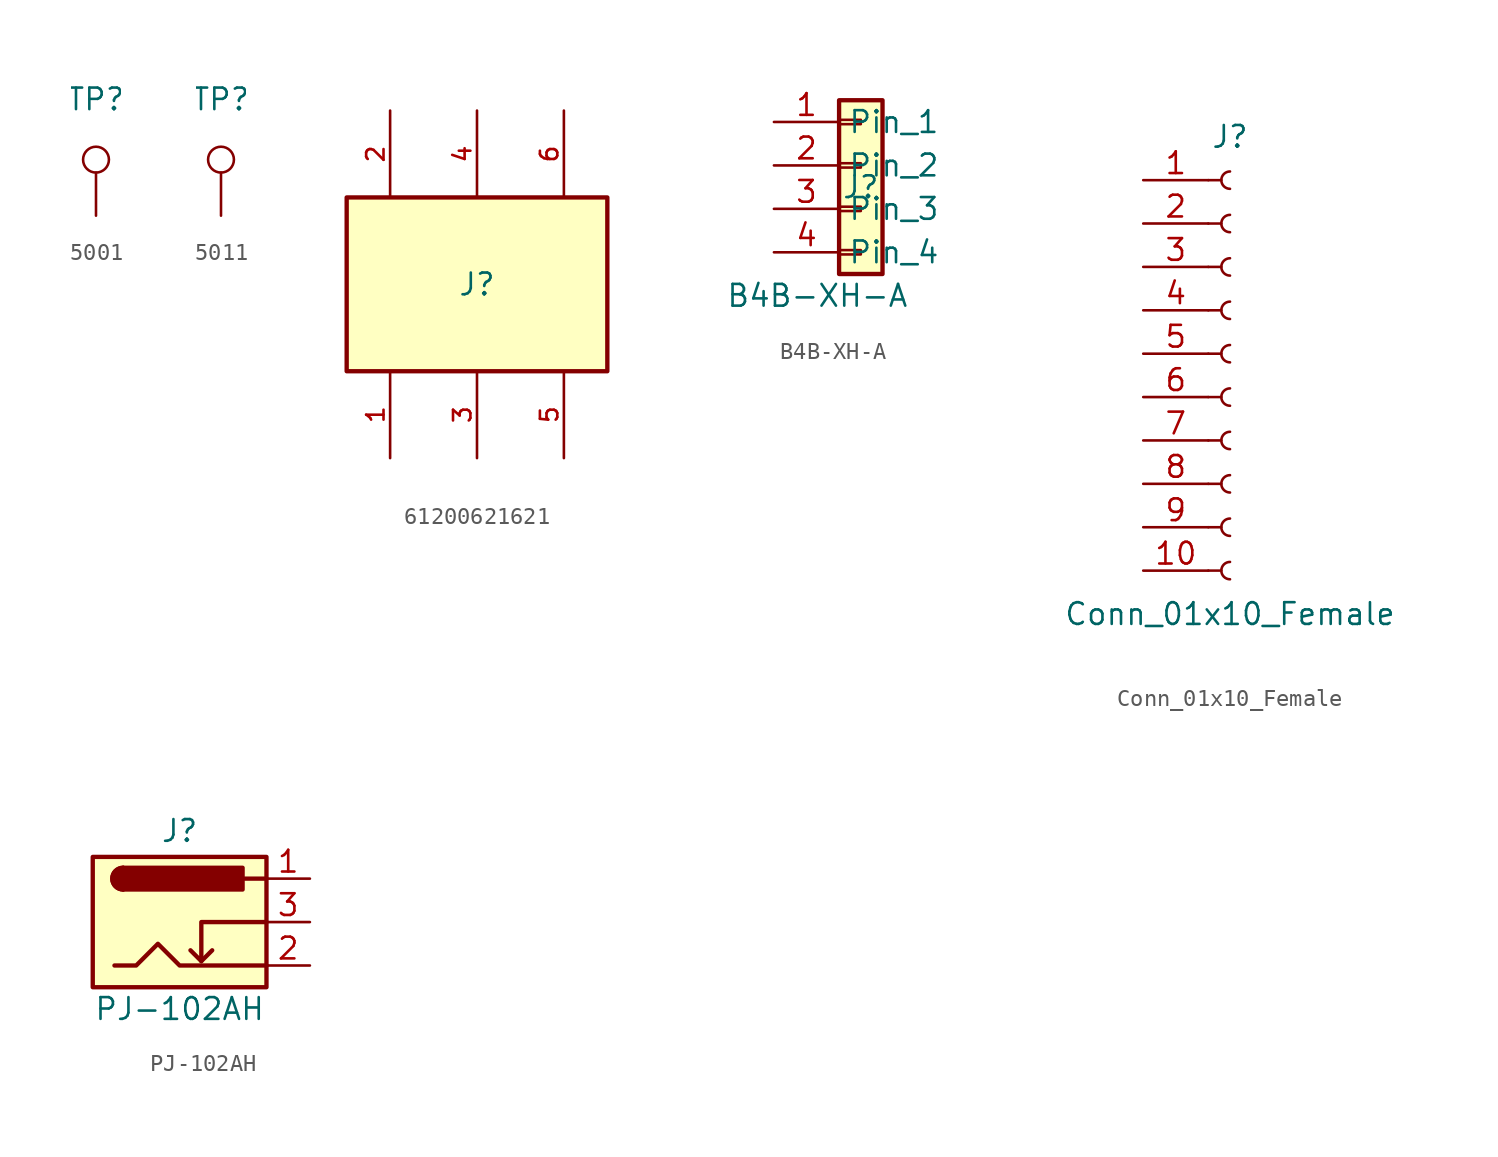
<source format=kicad_sym>
(kicad_symbol_lib
  (version 20231120)
  (generator "kicad_symbol_editor")
  (generator_version "8.0")
  (symbol "5001"
    (pin_numbers hide)
    (pin_names
      (offset 0.762) hide)
    (property "Reference" "TP"
      (at 0 6.858 0)
      (effects (font (size 1.27 1.27))))
    (symbol "5001_0_1"
      (circle (center 0 3.302) (radius 0.762) (stroke (width 0) (type default)) (fill (type none))))
    (symbol "5001_1_1"
      (pin passive line (at 0 0 90) (length 2.54) (name "1" (effects (font (size 1.27 1.27)))) (number "1" (effects (font (size 1.27 1.27)))))))
  (symbol "5011"
    (pin_numbers hide)
    (pin_names
      (offset 0.762) hide)
    (property "Reference" "TP"
      (at 0 6.858 0)
      (effects (font (size 1.27 1.27))))
    (symbol "5011_0_1"
      (circle (center 0 3.302) (radius 0.762) (stroke (width 0) (type default)) (fill (type none))))
    (symbol "5011_1_1"
      (pin passive line (at 0 0 90) (length 2.54) (name "1" (effects (font (size 1.27 1.27)))) (number "1" (effects (font (size 1.27 1.27)))))))
  (symbol "61200621621"
    (property "Reference" "J"
      (at 0 0 0)
      (effects (font (size 1.27 1.27))))
    (symbol "61200621621_0_0"
      (rectangle (start -7.62 5.08) (end 7.62 -5.08) (stroke (width 0.254) (type default)) (fill (type background)))
      (pin passive line (at -5.08 -10.16 90) (length 5.08) (name "~" (effects (font (size 1.016 1.016)))) (number "1" (effects (font (size 1.016 1.016)))))
      (pin passive line (at -5.08 10.16 270) (length 5.08) (name "~" (effects (font (size 1.016 1.016)))) (number "2" (effects (font (size 1.016 1.016)))))
      (pin passive line (at 0 -10.16 90) (length 5.08) (name "~" (effects (font (size 1.016 1.016)))) (number "3" (effects (font (size 1.016 1.016)))))
      (pin passive line (at 0 10.16 270) (length 5.08) (name "~" (effects (font (size 1.016 1.016)))) (number "4" (effects (font (size 1.016 1.016)))))
      (pin passive line (at 5.08 -10.16 90) (length 5.08) (name "~" (effects (font (size 1.016 1.016)))) (number "5" (effects (font (size 1.016 1.016)))))
      (pin passive line (at 5.08 10.16 270) (length 5.08) (name "~" (effects (font (size 1.016 1.016)))) (number "6" (effects (font (size 1.016 1.016)))))))
  (symbol "B4B-XH-A"
    (property "Reference" "J"
      (at 0 0 0)
      (effects (font (size 1.27 1.27))))
    (property "Value" "B4B-XH-A"
      (at -2.54 -6.35 0)
      (effects (font (size 1.27 1.27))))
    (symbol "B4B-XH-A_1_1"
      (rectangle (start -1.27 -3.683) (end 0 -3.937) (stroke (width 0.152) (type default)) (fill (type none)))
      (rectangle (start -1.27 -1.143) (end 0 -1.397) (stroke (width 0.152) (type default)) (fill (type none)))
      (rectangle (start -1.27 1.397) (end 0 1.143) (stroke (width 0.152) (type default)) (fill (type none)))
      (rectangle (start -1.27 3.937) (end 0 3.683) (stroke (width 0.152) (type default)) (fill (type none)))
      (rectangle (start -1.27 5.08) (end 1.27 -5.08) (stroke (width 0.254) (type default)) (fill (type background)))
      (pin passive line (at -5.08 3.81 0) (length 3.81) (name "Pin_1" (effects (font (size 1.27 1.27)))) (number "1" (effects (font (size 1.27 1.27)))))
      (pin passive line (at -5.08 1.27 0) (length 3.81) (name "Pin_2" (effects (font (size 1.27 1.27)))) (number "2" (effects (font (size 1.27 1.27)))))
      (pin passive line (at -5.08 -1.27 0) (length 3.81) (name "Pin_3" (effects (font (size 1.27 1.27)))) (number "3" (effects (font (size 1.27 1.27)))))
      (pin passive line (at -5.08 -3.81 0) (length 3.81) (name "Pin_4" (effects (font (size 1.27 1.27)))) (number "4" (effects (font (size 1.27 1.27)))))))
  (symbol "Conn_01x10_Female"
    (pin_names
      (offset 1.016) hide)
    (property "Reference" "J"
      (at 0 13.97 0)
      (effects (font (size 1.27 1.27))))
    (property "Value" "Conn_01x10_Female"
      (at 0 -13.97 0)
      (effects (font (size 1.27 1.27))))
    (symbol "Conn_01x10_Female_1_1"
      (arc (start 0 -10.922) (mid -0.5058 -11.43) (end 0 -11.938) (stroke (width 0.1524) (type default)) (fill (type none)))
      (arc (start 0 -8.382) (mid -0.5058 -8.89) (end 0 -9.398) (stroke (width 0.1524) (type default)) (fill (type none)))
      (arc (start 0 -5.842) (mid -0.5058 -6.35) (end 0 -6.858) (stroke (width 0.1524) (type default)) (fill (type none)))
      (arc (start 0 -3.302) (mid -0.5058 -3.81) (end 0 -4.318) (stroke (width 0.1524) (type default)) (fill (type none)))
      (arc (start 0 -0.762) (mid -0.5058 -1.27) (end 0 -1.778) (stroke (width 0.1524) (type default)) (fill (type none)))
      (polyline (pts (xy -1.27 -11.43) (xy -0.508 -11.43)) (stroke (width 0.152) (type default)) (fill (type none)))
      (polyline (pts (xy -1.27 -8.89) (xy -0.508 -8.89)) (stroke (width 0.152) (type default)) (fill (type none)))
      (polyline (pts (xy -1.27 -6.35) (xy -0.508 -6.35)) (stroke (width 0.152) (type default)) (fill (type none)))
      (polyline (pts (xy -1.27 -3.81) (xy -0.508 -3.81)) (stroke (width 0.152) (type default)) (fill (type none)))
      (polyline (pts (xy -1.27 -1.27) (xy -0.508 -1.27)) (stroke (width 0.152) (type default)) (fill (type none)))
      (polyline (pts (xy -1.27 1.27) (xy -0.508 1.27)) (stroke (width 0.152) (type default)) (fill (type none)))
      (polyline (pts (xy -1.27 3.81) (xy -0.508 3.81)) (stroke (width 0.152) (type default)) (fill (type none)))
      (polyline (pts (xy -1.27 6.35) (xy -0.508 6.35)) (stroke (width 0.152) (type default)) (fill (type none)))
      (polyline (pts (xy -1.27 8.89) (xy -0.508 8.89)) (stroke (width 0.152) (type default)) (fill (type none)))
      (polyline (pts (xy -1.27 11.43) (xy -0.508 11.43)) (stroke (width 0.152) (type default)) (fill (type none)))
      (arc (start 0 1.778) (mid -0.5058 1.27) (end 0 0.762) (stroke (width 0.1524) (type default)) (fill (type none)))
      (arc (start 0 4.318) (mid -0.5058 3.81) (end 0 3.302) (stroke (width 0.1524) (type default)) (fill (type none)))
      (arc (start 0 6.858) (mid -0.5058 6.35) (end 0 5.842) (stroke (width 0.1524) (type default)) (fill (type none)))
      (arc (start 0 9.398) (mid -0.5058 8.89) (end 0 8.382) (stroke (width 0.1524) (type default)) (fill (type none)))
      (arc (start 0 11.938) (mid -0.5058 11.43) (end 0 10.922) (stroke (width 0.1524) (type default)) (fill (type none)))
      (pin passive line (at -5.08 11.43 0) (length 3.81) (name "Pin_1" (effects (font (size 1.27 1.27)))) (number "1" (effects (font (size 1.27 1.27)))))
      (pin passive line (at -5.08 -11.43 0) (length 3.81) (name "Pin_10" (effects (font (size 1.27 1.27)))) (number "10" (effects (font (size 1.27 1.27)))))
      (pin passive line (at -5.08 8.89 0) (length 3.81) (name "Pin_2" (effects (font (size 1.27 1.27)))) (number "2" (effects (font (size 1.27 1.27)))))
      (pin passive line (at -5.08 6.35 0) (length 3.81) (name "Pin_3" (effects (font (size 1.27 1.27)))) (number "3" (effects (font (size 1.27 1.27)))))
      (pin passive line (at -5.08 3.81 0) (length 3.81) (name "Pin_4" (effects (font (size 1.27 1.27)))) (number "4" (effects (font (size 1.27 1.27)))))
      (pin passive line (at -5.08 1.27 0) (length 3.81) (name "Pin_5" (effects (font (size 1.27 1.27)))) (number "5" (effects (font (size 1.27 1.27)))))
      (pin passive line (at -5.08 -1.27 0) (length 3.81) (name "Pin_6" (effects (font (size 1.27 1.27)))) (number "6" (effects (font (size 1.27 1.27)))))
      (pin passive line (at -5.08 -3.81 0) (length 3.81) (name "Pin_7" (effects (font (size 1.27 1.27)))) (number "7" (effects (font (size 1.27 1.27)))))
      (pin passive line (at -5.08 -6.35 0) (length 3.81) (name "Pin_8" (effects (font (size 1.27 1.27)))) (number "8" (effects (font (size 1.27 1.27)))))
      (pin passive line (at -5.08 -8.89 0) (length 3.81) (name "Pin_9" (effects (font (size 1.27 1.27)))) (number "9" (effects (font (size 1.27 1.27)))))))
  (symbol "PJ-102AH"
    (pin_names hide)
    (property "Reference" "J"
      (at 0 5.334 0)
      (effects (font (size 1.27 1.27))))
    (property "Value" "PJ-102AH"
      (at 0 -5.08 0)
      (effects (font (size 1.27 1.27))))
    (symbol "PJ-102AH_0_1"
      (rectangle (start -5.08 3.81) (end 5.08 -3.81) (stroke (width 0.254) (type default)) (fill (type background)))
      (arc (start -3.302 3.175) (mid -3.9342 2.54) (end -3.302 1.905) (stroke (width 0.254) (type default)) (fill (type none)))
      (arc (start -3.302 3.175) (mid -3.9342 2.54) (end -3.302 1.905) (stroke (width 0.254) (type default)) (fill (type outline)))
      (polyline (pts (xy 1.27 -2.286) (xy 1.905 -1.651)) (stroke (width 0.254) (type default)) (fill (type none)))
      (polyline (pts (xy 5.08 2.54) (xy 3.81 2.54)) (stroke (width 0.254) (type default)) (fill (type none)))
      (polyline (pts (xy 5.08 0) (xy 1.27 0) (xy 1.27 -2.286) (xy 0.635 -1.651)) (stroke (width 0.254) (type default)) (fill (type none)))
      (polyline (pts (xy -3.81 -2.54) (xy -2.54 -2.54) (xy -1.27 -1.27) (xy 0 -2.54) (xy 2.54 -2.54) (xy 5.08 -2.54)) (stroke (width 0.254) (type default)) (fill (type none)))
      (rectangle (start 3.683 3.175) (end -3.302 1.905) (stroke (width 0.254) (type default)) (fill (type outline))))
    (symbol "PJ-102AH_1_1"
      (pin passive line (at 7.62 2.54 180) (length 2.54) (name "~" (effects (font (size 1.27 1.27)))) (number "1" (effects (font (size 1.27 1.27)))))
      (pin passive line (at 7.62 -2.54 180) (length 2.54) (name "~" (effects (font (size 1.27 1.27)))) (number "2" (effects (font (size 1.27 1.27)))))
      (pin passive line (at 7.62 0 180) (length 2.54) (name "~" (effects (font (size 1.27 1.27)))) (number "3" (effects (font (size 1.27 1.27))))))))
</source>
